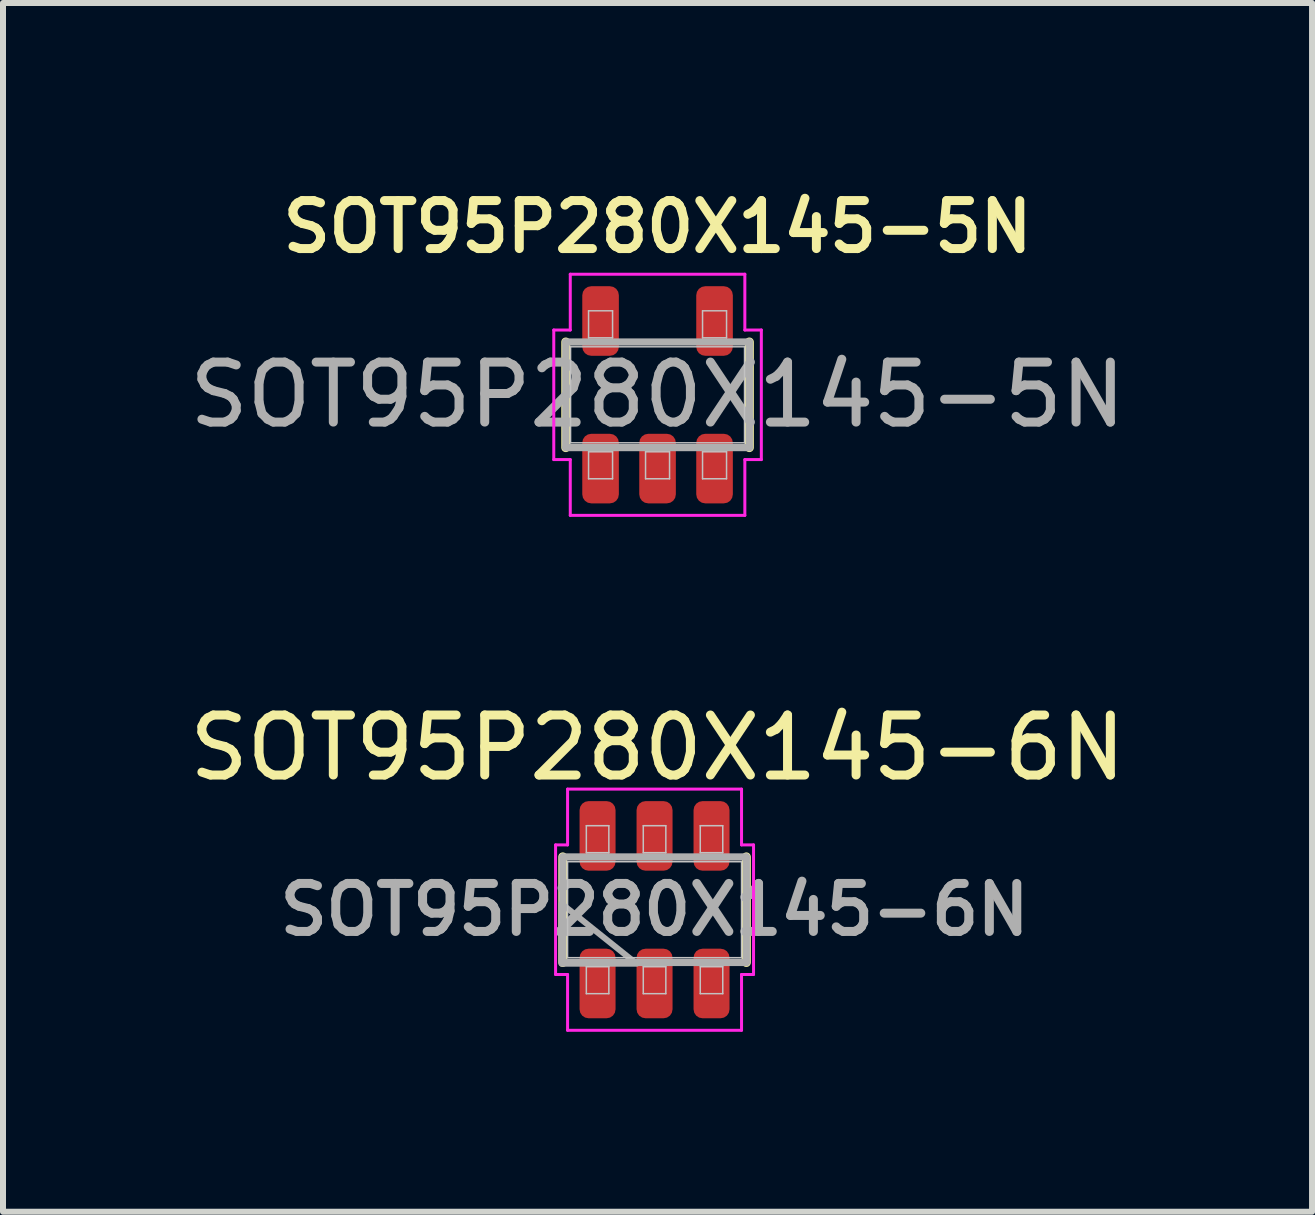
<source format=kicad_pcb>
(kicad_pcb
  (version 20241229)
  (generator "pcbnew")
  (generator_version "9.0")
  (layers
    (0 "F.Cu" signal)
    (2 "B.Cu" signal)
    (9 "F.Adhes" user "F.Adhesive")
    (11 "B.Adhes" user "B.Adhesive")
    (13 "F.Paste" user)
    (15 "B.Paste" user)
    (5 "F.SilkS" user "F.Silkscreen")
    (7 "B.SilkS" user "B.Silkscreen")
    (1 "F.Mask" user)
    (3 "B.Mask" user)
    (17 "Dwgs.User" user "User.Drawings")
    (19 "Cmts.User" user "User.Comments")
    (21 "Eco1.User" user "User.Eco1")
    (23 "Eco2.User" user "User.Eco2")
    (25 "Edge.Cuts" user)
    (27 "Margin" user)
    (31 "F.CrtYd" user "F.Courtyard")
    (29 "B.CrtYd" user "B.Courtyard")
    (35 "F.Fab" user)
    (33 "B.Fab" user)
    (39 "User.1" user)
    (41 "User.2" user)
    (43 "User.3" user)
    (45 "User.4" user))
  (footprint "SOT95P280X145-6N"
    (layer "F.Cu")
    (at 7.861 12.114)
    (property "Reference" "SOT95P280X145-6N" (at 0.05 -2.7 0) (layer "F.SilkS") (effects (font (size 1 1) (thickness 0.15))))
    (attr smd)
    (fp_line (start -1.53 0.88) (end -1.53 -0.88) (stroke (width 0.15) (type solid)) (layer "F.SilkS"))
    (fp_line (start 1.53 0.88) (end 1.53 -0.88) (stroke (width 0.15) (type solid)) (layer "F.SilkS"))
    (fp_line (start -1.45 -0.8) (end 1.45 -0.8) (stroke (width 0.025) (type solid)) (layer "Dwgs.User"))
    (fp_line (start -1.45 0.8) (end -1.45 -0.8) (stroke (width 0.025) (type solid)) (layer "Dwgs.User"))
    (fp_line (start -1.137 -1.4) (end -0.762 -1.4) (stroke (width 0.025) (type solid)) (layer "Dwgs.User"))
    (fp_line (start -1.137 -0.95) (end -1.137 -1.4) (stroke (width 0.025) (type solid)) (layer "Dwgs.User"))
    (fp_line (start -1.137 0.95) (end -0.762 0.95) (stroke (width 0.025) (type solid)) (layer "Dwgs.User"))
    (fp_line (start -1.137 1.4) (end -1.137 0.95) (stroke (width 0.025) (type solid)) (layer "Dwgs.User"))
    (fp_line (start -0.762 -1.4) (end -0.762 -0.95) (stroke (width 0.025) (type solid)) (layer "Dwgs.User"))
    (fp_line (start -0.762 -0.95) (end -1.137 -0.95) (stroke (width 0.025) (type solid)) (layer "Dwgs.User"))
    (fp_line (start -0.762 0.95) (end -0.762 1.4) (stroke (width 0.025) (type solid)) (layer "Dwgs.User"))
    (fp_line (start -0.762 1.4) (end -1.137 1.4) (stroke (width 0.025) (type solid)) (layer "Dwgs.User"))
    (fp_line (start -0.188 -1.4) (end 0.188 -1.4) (stroke (width 0.025) (type solid)) (layer "Dwgs.User"))
    (fp_line (start -0.188 -0.95) (end -0.188 -1.4) (stroke (width 0.025) (type solid)) (layer "Dwgs.User"))
    (fp_line (start -0.188 0.95) (end 0.188 0.95) (stroke (width 0.025) (type solid)) (layer "Dwgs.User"))
    (fp_line (start -0.188 1.4) (end -0.188 0.95) (stroke (width 0.025) (type solid)) (layer "Dwgs.User"))
    (fp_line (start 0.188 -1.4) (end 0.188 -0.95) (stroke (width 0.025) (type solid)) (layer "Dwgs.User"))
    (fp_line (start 0.188 -0.95) (end -0.188 -0.95) (stroke (width 0.025) (type solid)) (layer "Dwgs.User"))
    (fp_line (start 0.188 0.95) (end 0.188 1.4) (stroke (width 0.025) (type solid)) (layer "Dwgs.User"))
    (fp_line (start 0.188 1.4) (end -0.188 1.4) (stroke (width 0.025) (type solid)) (layer "Dwgs.User"))
    (fp_line (start 0.762 -1.4) (end 1.137 -1.4) (stroke (width 0.025) (type solid)) (layer "Dwgs.User"))
    (fp_line (start 0.762 -0.95) (end 0.762 -1.4) (stroke (width 0.025) (type solid)) (layer "Dwgs.User"))
    (fp_line (start 0.762 0.95) (end 1.137 0.95) (stroke (width 0.025) (type solid)) (layer "Dwgs.User"))
    (fp_line (start 0.762 1.4) (end 0.762 0.95) (stroke (width 0.025) (type solid)) (layer "Dwgs.User"))
    (fp_line (start 1.137 -1.4) (end 1.137 -0.95) (stroke (width 0.025) (type solid)) (layer "Dwgs.User"))
    (fp_line (start 1.137 -0.95) (end 0.762 -0.95) (stroke (width 0.025) (type solid)) (layer "Dwgs.User"))
    (fp_line (start 1.137 0.95) (end 1.137 1.4) (stroke (width 0.025) (type solid)) (layer "Dwgs.User"))
    (fp_line (start 1.137 1.4) (end 0.762 1.4) (stroke (width 0.025) (type solid)) (layer "Dwgs.User"))
    (fp_line (start 1.45 -0.8) (end 1.45 0.8) (stroke (width 0.025) (type solid)) (layer "Dwgs.User"))
    (fp_line (start 1.45 0.8) (end -1.45 0.8) (stroke (width 0.025) (type solid)) (layer "Dwgs.User"))
    (fp_line (start -1.65 -1.08) (end -1.65 1.08) (stroke (width 0.05) (type solid)) (layer "F.CrtYd"))
    (fp_line (start -1.65 1.08) (end -1.45 1.08) (stroke (width 0.05) (type solid)) (layer "F.CrtYd"))
    (fp_line (start -1.45 -2.01) (end -1.45 -1.08) (stroke (width 0.05) (type solid)) (layer "F.CrtYd"))
    (fp_line (start -1.45 -1.08) (end -1.65 -1.08) (stroke (width 0.05) (type solid)) (layer "F.CrtYd"))
    (fp_line (start -1.45 1.08) (end -1.45 2.01) (stroke (width 0.05) (type solid)) (layer "F.CrtYd"))
    (fp_line (start -1.45 2.01) (end 1.45 2.01) (stroke (width 0.05) (type solid)) (layer "F.CrtYd"))
    (fp_line (start 1.45 -2.01) (end -1.45 -2.01) (stroke (width 0.05) (type solid)) (layer "F.CrtYd"))
    (fp_line (start 1.45 -1.08) (end 1.45 -2.01) (stroke (width 0.05) (type solid)) (layer "F.CrtYd"))
    (fp_line (start 1.45 1.08) (end 1.65 1.08) (stroke (width 0.05) (type solid)) (layer "F.CrtYd"))
    (fp_line (start 1.45 2.01) (end 1.45 1.08) (stroke (width 0.05) (type solid)) (layer "F.CrtYd"))
    (fp_line (start 1.65 -1.08) (end 1.45 -1.08) (stroke (width 0.05) (type solid)) (layer "F.CrtYd"))
    (fp_line (start 1.65 1.08) (end 1.65 -1.08) (stroke (width 0.05) (type solid)) (layer "F.CrtYd"))
    (fp_line (start -1.53 -0.88) (end 1.53 -0.88) (stroke (width 0.12) (type solid)) (layer "F.Fab"))
    (fp_line (start -1.53 0.88) (end -1.53 -0.88) (stroke (width 0.12) (type solid)) (layer "F.Fab"))
    (fp_line (start 1.53 -0.88) (end 1.53 0.88) (stroke (width 0.12) (type solid)) (layer "F.Fab"))
    (fp_line (start 1.53 0.88) (end -1.53 0.88) (stroke (width 0.12) (type solid)) (layer "F.Fab"))
    (fp_poly (pts (xy -0.3 0.9) (xy -1.55 0.9) (xy -1.55 -0.1)) (stroke (width 0.1) (type solid)) (fill no) (layer "F.Fab"))
    (fp_text user "${REFERENCE}" (at 0 0 0) (layer "F.Fab") (effects (font (size 0.8 0.8) (thickness 0.15))))
    (pad "1" smd roundrect (at -0.95 1.23 90) (size 1.16 0.6) (layers "F.Cu" "F.Mask" "F.Paste") (roundrect_rratio 0.25))
    (pad "2" smd roundrect (at 0 1.23 90) (size 1.16 0.6) (layers "F.Cu" "F.Mask" "F.Paste") (roundrect_rratio 0.25))
    (pad "3" smd roundrect (at 0.95 1.23 90) (size 1.16 0.6) (layers "F.Cu" "F.Mask" "F.Paste") (roundrect_rratio 0.25))
    (pad "4" smd roundrect (at 0.95 -1.23 90) (size 1.16 0.6) (layers "F.Cu" "F.Mask" "F.Paste") (roundrect_rratio 0.25))
    (pad "5" smd roundrect (at 0 -1.23 90) (size 1.16 0.6) (layers "F.Cu" "F.Mask" "F.Paste") (roundrect_rratio 0.25))
    (pad "6" smd roundrect (at -0.95 -1.23 90) (size 1.16 0.6) (layers "F.Cu" "F.Mask" "F.Paste") (roundrect_rratio 0.25)))
  (footprint "SOT95P280X145-5N"
    (layer "F.Cu")
    (at 7.911 3.531)
    (property "Reference" "SOT95P280X145-5N" (at 0 -2.8 0) (layer "F.SilkS") (effects (font (size 0.8 0.8) (thickness 0.15))))
    (attr smd)
    (fp_line (start -1.53 0.88) (end -1.53 -0.88) (stroke (width 0.15) (type solid)) (layer "F.SilkS"))
    (fp_line (start 1.53 0.88) (end 1.53 -0.88) (stroke (width 0.15) (type solid)) (layer "F.SilkS"))
    (fp_line (start -1.45 -0.8) (end 1.45 -0.8) (stroke (width 0.025) (type solid)) (layer "Dwgs.User"))
    (fp_line (start -1.45 0.8) (end -1.45 -0.8) (stroke (width 0.025) (type solid)) (layer "Dwgs.User"))
    (fp_line (start -1.15 -1.4) (end -0.75 -1.4) (stroke (width 0.025) (type solid)) (layer "Dwgs.User"))
    (fp_line (start -1.15 -0.95) (end -1.15 -1.4) (stroke (width 0.025) (type solid)) (layer "Dwgs.User"))
    (fp_line (start -1.15 0.95) (end -0.75 0.95) (stroke (width 0.025) (type solid)) (layer "Dwgs.User"))
    (fp_line (start -1.15 1.4) (end -1.15 0.95) (stroke (width 0.025) (type solid)) (layer "Dwgs.User"))
    (fp_line (start -0.75 -1.4) (end -0.75 -0.95) (stroke (width 0.025) (type solid)) (layer "Dwgs.User"))
    (fp_line (start -0.75 -0.95) (end -1.15 -0.95) (stroke (width 0.025) (type solid)) (layer "Dwgs.User"))
    (fp_line (start -0.75 0.95) (end -0.75 1.4) (stroke (width 0.025) (type solid)) (layer "Dwgs.User"))
    (fp_line (start -0.75 1.4) (end -1.15 1.4) (stroke (width 0.025) (type solid)) (layer "Dwgs.User"))
    (fp_line (start -0.2 0.95) (end 0.2 0.95) (stroke (width 0.025) (type solid)) (layer "Dwgs.User"))
    (fp_line (start -0.2 1.4) (end -0.2 0.95) (stroke (width 0.025) (type solid)) (layer "Dwgs.User"))
    (fp_line (start 0.2 0.95) (end 0.2 1.4) (stroke (width 0.025) (type solid)) (layer "Dwgs.User"))
    (fp_line (start 0.2 1.4) (end -0.2 1.4) (stroke (width 0.025) (type solid)) (layer "Dwgs.User"))
    (fp_line (start 0.75 -1.4) (end 1.15 -1.4) (stroke (width 0.025) (type solid)) (layer "Dwgs.User"))
    (fp_line (start 0.75 -0.95) (end 0.75 -1.4) (stroke (width 0.025) (type solid)) (layer "Dwgs.User"))
    (fp_line (start 0.75 0.95) (end 1.15 0.95) (stroke (width 0.025) (type solid)) (layer "Dwgs.User"))
    (fp_line (start 0.75 1.4) (end 0.75 0.95) (stroke (width 0.025) (type solid)) (layer "Dwgs.User"))
    (fp_line (start 1.15 -1.4) (end 1.15 -0.95) (stroke (width 0.025) (type solid)) (layer "Dwgs.User"))
    (fp_line (start 1.15 -0.95) (end 0.75 -0.95) (stroke (width 0.025) (type solid)) (layer "Dwgs.User"))
    (fp_line (start 1.15 0.95) (end 1.15 1.4) (stroke (width 0.025) (type solid)) (layer "Dwgs.User"))
    (fp_line (start 1.15 1.4) (end 0.75 1.4) (stroke (width 0.025) (type solid)) (layer "Dwgs.User"))
    (fp_line (start 1.45 -0.8) (end 1.45 0.8) (stroke (width 0.025) (type solid)) (layer "Dwgs.User"))
    (fp_line (start 1.45 0.8) (end -1.45 0.8) (stroke (width 0.025) (type solid)) (layer "Dwgs.User"))
    (fp_line (start -1.73 -1.08) (end -1.73 1.08) (stroke (width 0.05) (type solid)) (layer "F.CrtYd"))
    (fp_line (start -1.73 1.08) (end -1.455 1.08) (stroke (width 0.05) (type solid)) (layer "F.CrtYd"))
    (fp_line (start -1.455 -2.01) (end -1.455 -1.08) (stroke (width 0.05) (type solid)) (layer "F.CrtYd"))
    (fp_line (start -1.455 -1.08) (end -1.73 -1.08) (stroke (width 0.05) (type solid)) (layer "F.CrtYd"))
    (fp_line (start -1.455 1.08) (end -1.455 2.01) (stroke (width 0.05) (type solid)) (layer "F.CrtYd"))
    (fp_line (start -1.455 2.01) (end 1.455 2.01) (stroke (width 0.05) (type solid)) (layer "F.CrtYd"))
    (fp_line (start 1.455 -2.01) (end -1.455 -2.01) (stroke (width 0.05) (type solid)) (layer "F.CrtYd"))
    (fp_line (start 1.455 -1.08) (end 1.455 -2.01) (stroke (width 0.05) (type solid)) (layer "F.CrtYd"))
    (fp_line (start 1.455 1.08) (end 1.73 1.08) (stroke (width 0.05) (type solid)) (layer "F.CrtYd"))
    (fp_line (start 1.455 2.01) (end 1.455 1.08) (stroke (width 0.05) (type solid)) (layer "F.CrtYd"))
    (fp_line (start 1.73 -1.08) (end 1.455 -1.08) (stroke (width 0.05) (type solid)) (layer "F.CrtYd"))
    (fp_line (start 1.73 1.08) (end 1.73 -1.08) (stroke (width 0.05) (type solid)) (layer "F.CrtYd"))
    (fp_line (start -1.53 -0.88) (end 1.53 -0.88) (stroke (width 0.12) (type solid)) (layer "F.Fab"))
    (fp_line (start -1.53 0.88) (end -1.53 -0.88) (stroke (width 0.12) (type solid)) (layer "F.Fab"))
    (fp_line (start 1.53 -0.88) (end 1.53 0.88) (stroke (width 0.12) (type solid)) (layer "F.Fab"))
    (fp_line (start 1.53 0.88) (end -1.53 0.88) (stroke (width 0.12) (type solid)) (layer "F.Fab"))
    (fp_text user "${REFERENCE}" (at 0 0 0) (layer "F.Fab") (effects (font (size 1 1) (thickness 0.15))))
    (pad "1" smd roundrect (at -0.95 1.23 90) (size 1.16 0.61) (layers "F.Cu" "F.Mask" "F.Paste") (roundrect_rratio 0.246))
    (pad "2" smd roundrect (at 0 1.23 90) (size 1.16 0.61) (layers "F.Cu" "F.Mask" "F.Paste") (roundrect_rratio 0.246))
    (pad "3" smd roundrect (at 0.95 1.23 90) (size 1.16 0.61) (layers "F.Cu" "F.Mask" "F.Paste") (roundrect_rratio 0.246))
    (pad "4" smd roundrect (at 0.95 -1.23 90) (size 1.16 0.61) (layers "F.Cu" "F.Mask" "F.Paste") (roundrect_rratio 0.246))
    (pad "5" smd roundrect (at -0.95 -1.23 90) (size 1.16 0.61) (layers "F.Cu" "F.Mask" "F.Paste") (roundrect_rratio 0.246)))
  (gr_rect
    (start -3 -3)
    (end 18.821 17.149)
    (stroke (width 0.1) (type default))
    (fill no)
    (layer "Edge.Cuts")))
</source>
